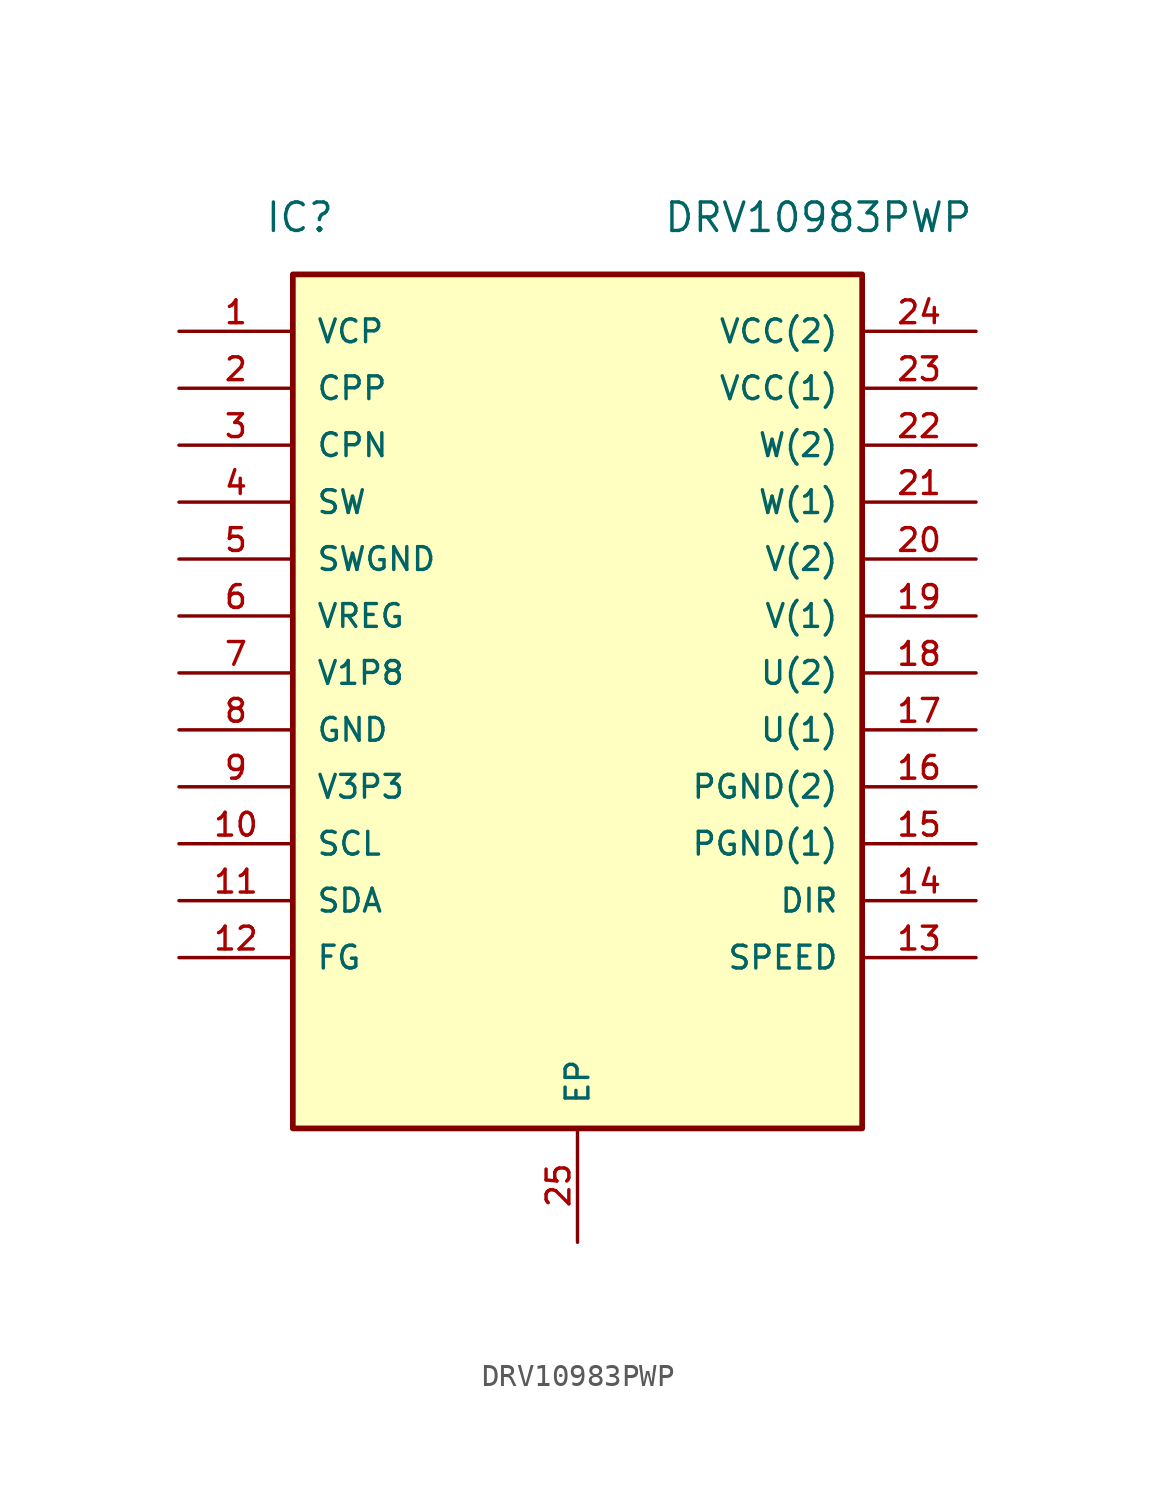
<source format=kicad_sym>
(kicad_symbol_lib
  (version 20220914)
  (generator kicad_symbol_editor)
  (symbol "DRV10983PWP"
    (pin_names
      (offset 1.016))
    (property "Reference" "IC"
      (at -13.97 22.86 0)
      (effects (font (size 1.27 1.27)) (justify left)))
    (property "Value" "DRV10983PWP"
      (at 3.81 22.86 0)
      (effects (font (size 1.27 1.27)) (justify left)))
    (symbol "DRV10983PWP_0_0"
      (rectangle (start -12.7 -17.78) (end 12.7 20.32) (stroke (width 0.254) (type default)) (fill (type background)))
      (pin input line (at -17.78 17.78 0) (length 5.08) (name "VCP" (effects (font (size 1.016 1.016)))) (number "1" (effects (font (size 1.016 1.016)))))
      (pin input line (at -17.78 -5.08 0) (length 5.08) (name "SCL" (effects (font (size 1.016 1.016)))) (number "10" (effects (font (size 1.016 1.016)))))
      (pin input line (at -17.78 -7.62 0) (length 5.08) (name "SDA" (effects (font (size 1.016 1.016)))) (number "11" (effects (font (size 1.016 1.016)))))
      (pin input line (at -17.78 -10.16 0) (length 5.08) (name "FG" (effects (font (size 1.016 1.016)))) (number "12" (effects (font (size 1.016 1.016)))))
      (pin input line (at 17.78 -10.16 180) (length 5.08) (name "SPEED" (effects (font (size 1.016 1.016)))) (number "13" (effects (font (size 1.016 1.016)))))
      (pin input line (at 17.78 -7.62 180) (length 5.08) (name "DIR" (effects (font (size 1.016 1.016)))) (number "14" (effects (font (size 1.016 1.016)))))
      (pin input line (at 17.78 -5.08 180) (length 5.08) (name "PGND(1)" (effects (font (size 1.016 1.016)))) (number "15" (effects (font (size 1.016 1.016)))))
      (pin input line (at 17.78 -2.54 180) (length 5.08) (name "PGND(2)" (effects (font (size 1.016 1.016)))) (number "16" (effects (font (size 1.016 1.016)))))
      (pin input line (at 17.78 0 180) (length 5.08) (name "U(1)" (effects (font (size 1.016 1.016)))) (number "17" (effects (font (size 1.016 1.016)))))
      (pin input line (at 17.78 2.54 180) (length 5.08) (name "U(2)" (effects (font (size 1.016 1.016)))) (number "18" (effects (font (size 1.016 1.016)))))
      (pin input line (at 17.78 5.08 180) (length 5.08) (name "V(1)" (effects (font (size 1.016 1.016)))) (number "19" (effects (font (size 1.016 1.016)))))
      (pin input line (at -17.78 15.24 0) (length 5.08) (name "CPP" (effects (font (size 1.016 1.016)))) (number "2" (effects (font (size 1.016 1.016)))))
      (pin input line (at 17.78 7.62 180) (length 5.08) (name "V(2)" (effects (font (size 1.016 1.016)))) (number "20" (effects (font (size 1.016 1.016)))))
      (pin input line (at 17.78 10.16 180) (length 5.08) (name "W(1)" (effects (font (size 1.016 1.016)))) (number "21" (effects (font (size 1.016 1.016)))))
      (pin input line (at 17.78 12.7 180) (length 5.08) (name "W(2)" (effects (font (size 1.016 1.016)))) (number "22" (effects (font (size 1.016 1.016)))))
      (pin input line (at 17.78 15.24 180) (length 5.08) (name "VCC(1)" (effects (font (size 1.016 1.016)))) (number "23" (effects (font (size 1.016 1.016)))))
      (pin input line (at 17.78 17.78 180) (length 5.08) (name "VCC(2)" (effects (font (size 1.016 1.016)))) (number "24" (effects (font (size 1.016 1.016)))))
      (pin input line (at 0 -22.86 90) (length 5.08) (name "EP" (effects (font (size 1.016 1.016)))) (number "25" (effects (font (size 1.016 1.016)))))
      (pin input line (at -17.78 12.7 0) (length 5.08) (name "CPN" (effects (font (size 1.016 1.016)))) (number "3" (effects (font (size 1.016 1.016)))))
      (pin input line (at -17.78 10.16 0) (length 5.08) (name "SW" (effects (font (size 1.016 1.016)))) (number "4" (effects (font (size 1.016 1.016)))))
      (pin input line (at -17.78 7.62 0) (length 5.08) (name "SWGND" (effects (font (size 1.016 1.016)))) (number "5" (effects (font (size 1.016 1.016)))))
      (pin input line (at -17.78 5.08 0) (length 5.08) (name "VREG" (effects (font (size 1.016 1.016)))) (number "6" (effects (font (size 1.016 1.016)))))
      (pin input line (at -17.78 2.54 0) (length 5.08) (name "V1P8" (effects (font (size 1.016 1.016)))) (number "7" (effects (font (size 1.016 1.016)))))
      (pin input line (at -17.78 0 0) (length 5.08) (name "GND" (effects (font (size 1.016 1.016)))) (number "8" (effects (font (size 1.016 1.016)))))
      (pin input line (at -17.78 -2.54 0) (length 5.08) (name "V3P3" (effects (font (size 1.016 1.016)))) (number "9" (effects (font (size 1.016 1.016))))))))
</source>
